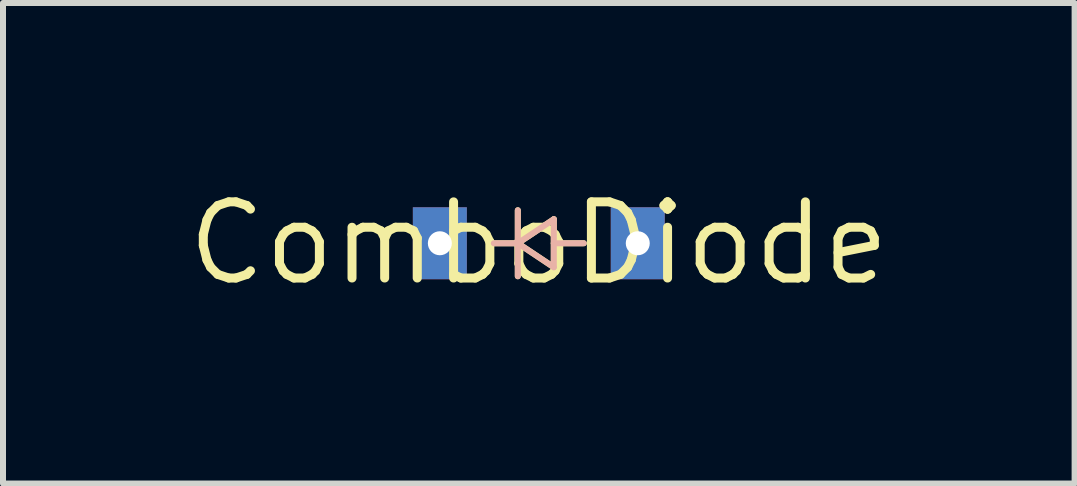
<source format=kicad_pcb>
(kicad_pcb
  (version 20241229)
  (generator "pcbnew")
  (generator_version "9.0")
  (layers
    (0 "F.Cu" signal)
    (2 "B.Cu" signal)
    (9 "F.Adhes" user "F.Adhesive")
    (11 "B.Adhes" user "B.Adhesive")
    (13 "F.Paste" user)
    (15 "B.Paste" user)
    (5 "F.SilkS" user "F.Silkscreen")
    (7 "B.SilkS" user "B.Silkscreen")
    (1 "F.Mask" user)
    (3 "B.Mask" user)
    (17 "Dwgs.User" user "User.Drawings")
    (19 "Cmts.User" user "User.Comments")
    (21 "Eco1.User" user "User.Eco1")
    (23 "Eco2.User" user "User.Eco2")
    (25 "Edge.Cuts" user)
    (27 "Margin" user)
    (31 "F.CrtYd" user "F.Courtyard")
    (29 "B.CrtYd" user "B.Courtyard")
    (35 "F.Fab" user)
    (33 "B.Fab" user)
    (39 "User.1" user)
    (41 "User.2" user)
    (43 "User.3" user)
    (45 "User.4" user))
  (footprint "ComboDiode"
    (layer "F.Cu")
    (at 5.934 1.006)
    (property "Reference" "ComboDiode" (at 0 0 0) (layer "F.SilkS") (effects (font (size 1.27 1.27) (thickness 0.15))))
    (attr through_hole)
    (fp_line (start -0.75 0) (end -0.35 0) (stroke (width 0.1) (type solid)) (layer "F.SilkS"))
    (fp_line (start -0.35 0) (end -0.35 -0.55) (stroke (width 0.1) (type solid)) (layer "F.SilkS"))
    (fp_line (start -0.35 0) (end -0.35 0.55) (stroke (width 0.1) (type solid)) (layer "F.SilkS"))
    (fp_line (start -0.35 0) (end 0.25 -0.4) (stroke (width 0.1) (type solid)) (layer "F.SilkS"))
    (fp_line (start 0.25 -0.4) (end 0.25 0.4) (stroke (width 0.1) (type solid)) (layer "F.SilkS"))
    (fp_line (start 0.25 0) (end 0.75 0) (stroke (width 0.1) (type solid)) (layer "F.SilkS"))
    (fp_line (start 0.25 0.4) (end -0.35 0) (stroke (width 0.1) (type solid)) (layer "F.SilkS"))
    (fp_line (start -0.75 0) (end -0.35 0) (stroke (width 0.1) (type solid)) (layer "B.SilkS"))
    (fp_line (start -0.35 0) (end -0.35 -0.55) (stroke (width 0.1) (type solid)) (layer "B.SilkS"))
    (fp_line (start -0.35 0) (end -0.35 0.55) (stroke (width 0.1) (type solid)) (layer "B.SilkS"))
    (fp_line (start -0.35 0) (end 0.25 -0.4) (stroke (width 0.1) (type solid)) (layer "B.SilkS"))
    (fp_line (start 0.25 -0.4) (end 0.25 0.4) (stroke (width 0.1) (type solid)) (layer "B.SilkS"))
    (fp_line (start 0.25 0) (end 0.75 0) (stroke (width 0.1) (type solid)) (layer "B.SilkS"))
    (fp_line (start 0.25 0.4) (end -0.35 0) (stroke (width 0.1) (type solid)) (layer "B.SilkS"))
    (pad "1" smd rect (at -1.65 0) (size 0.9 1.2) (layers "F.Cu" "F.Mask" "F.Paste"))
    (pad "1" smd rect (at -1.65 0) (size 0.9 1.2) (layers "B.Cu" "B.Mask" "B.Paste"))
    (pad "1" thru_hole circle (at 1.65 0) (size 0.8 0.8) (drill 0.4) (layers "*.Cu" "*.Mask"))
    (pad "2" thru_hole circle (at -1.65 0) (size 0.8 0.8) (drill 0.4) (layers "*.Cu" "*.Mask"))
    (pad "2" smd rect (at 1.65 0) (size 0.9 1.2) (layers "F.Cu" "F.Mask" "F.Paste"))
    (pad "2" smd rect (at 1.65 0) (size 0.9 1.2) (layers "B.Cu" "B.Mask" "B.Paste")))
  (gr_rect
    (start -3 -3)
    (end 14.868 5.012)
    (stroke (width 0.1) (type default))
    (fill no)
    (layer "Edge.Cuts")))
</source>
